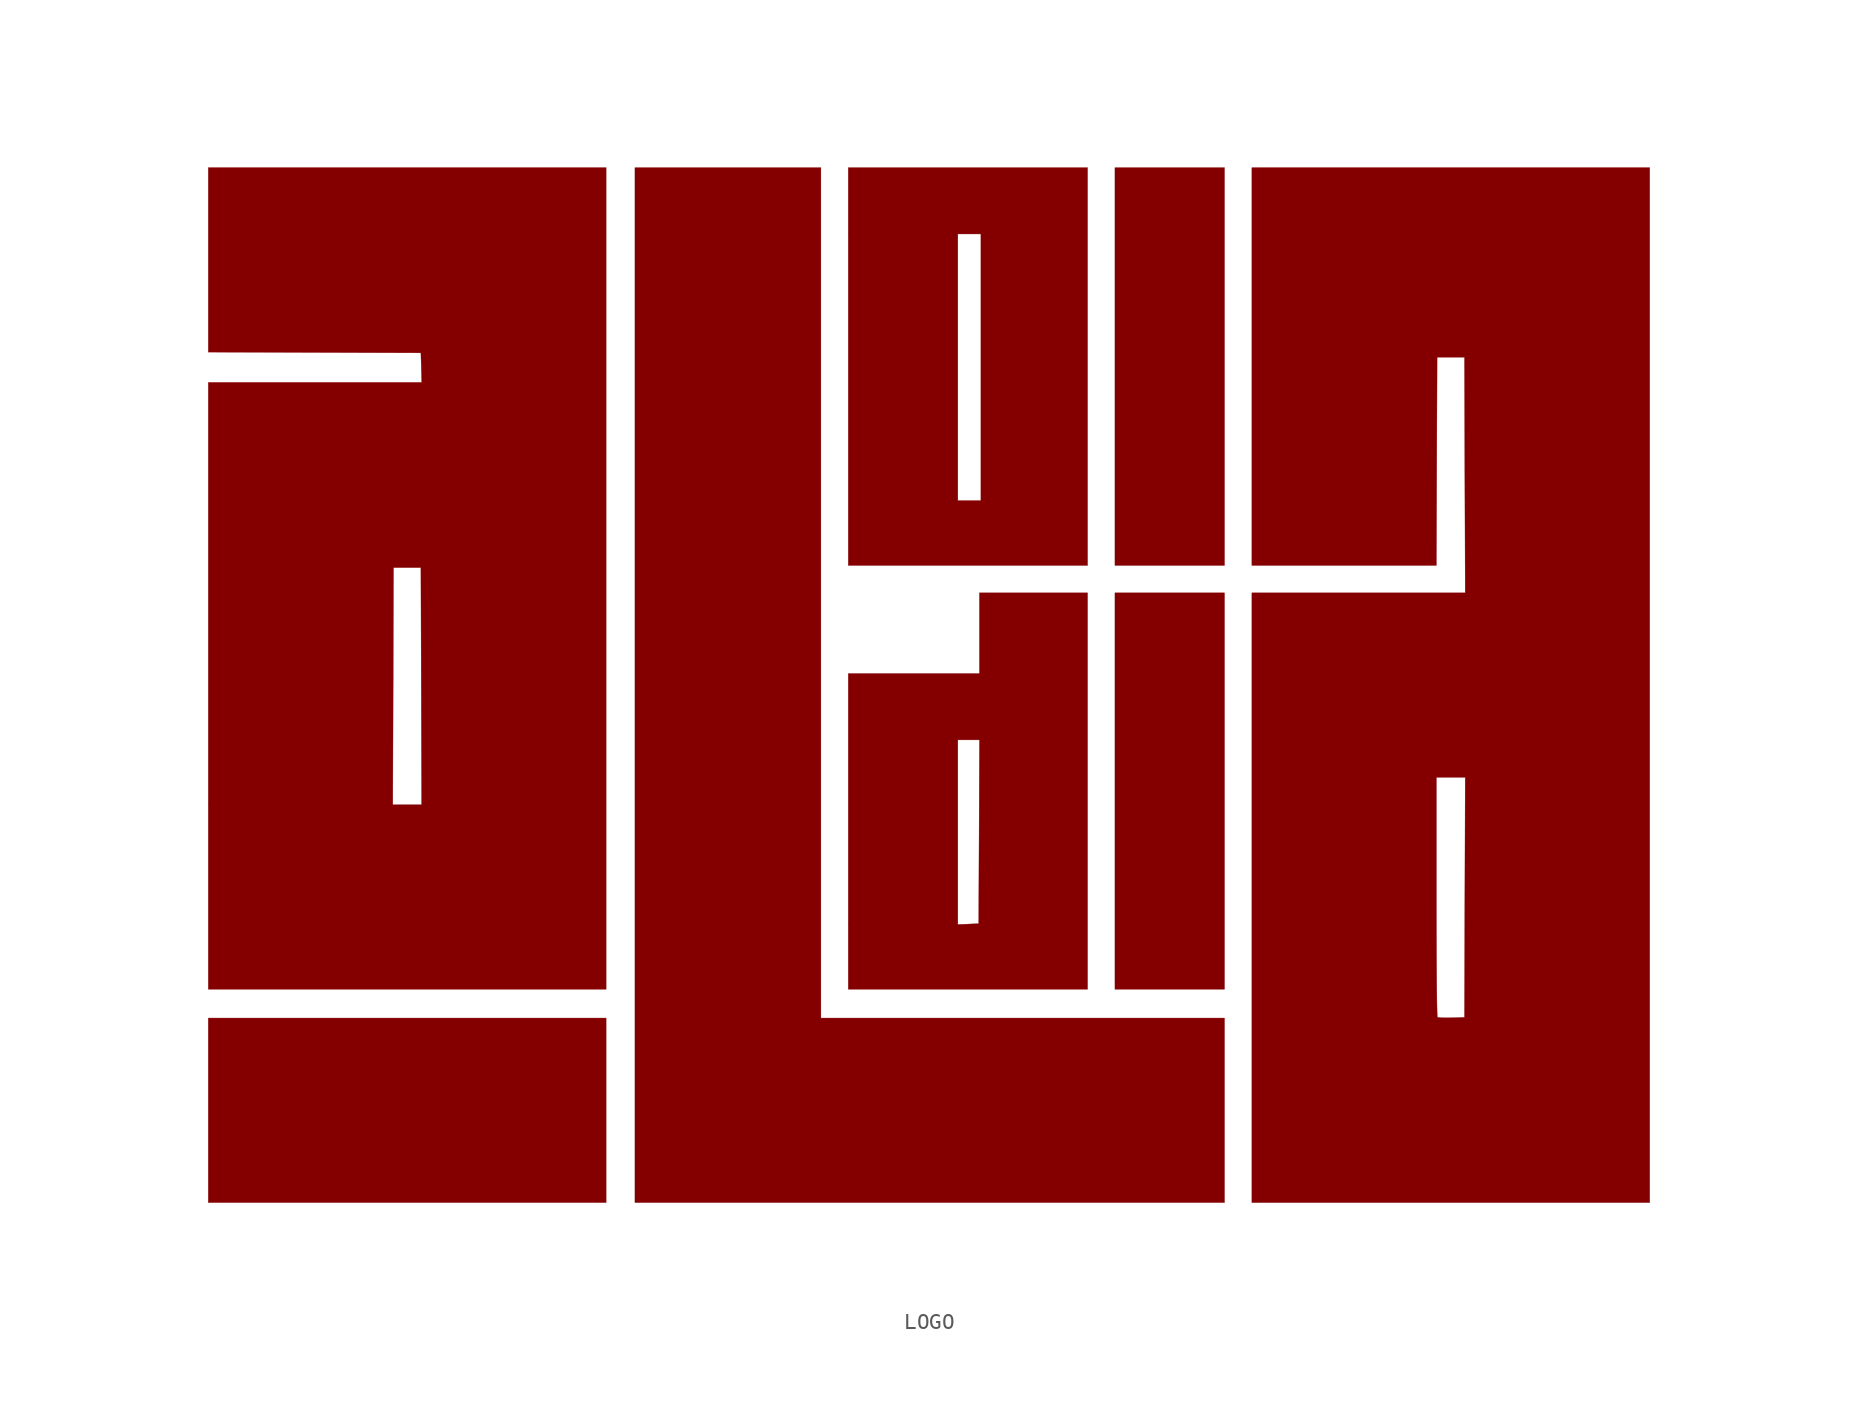
<source format=kicad_sym>
(kicad_symbol_lib
  (version 20210619)
  (generator bitmap2component)
  (symbol "LOGO"
    (pin_names
      (offset 1.016))
    (property "Reference" "#G"
      (at 0 31.701 0)
      (effects (font (size 1.27 1.27)) hide))
    (symbol "LOGO_0_0"
      (polyline (pts (xy -20.176 -20.806) (xy -45.035 -20.806) (xy -45.035 -32.336) (xy -20.176 -32.336) (xy -20.176 -20.806)) (stroke (width 0.01)) (fill (type outline)))
      (polyline (pts (xy 18.465 -20.806) (xy -6.755 -20.806) (xy -6.755 32.335) (xy -18.375 32.335) (xy -18.375 -32.336) (xy 18.465 -32.336) (xy 18.465 -20.806)) (stroke (width 0.01)) (fill (type outline)))
      (polyline (pts (xy 45.035 32.335) (xy 20.176 32.335) (xy 20.176 7.476) (xy 31.704 7.476) (xy 31.75 20.491) (xy 33.461 20.491) (xy 33.507 5.764) (xy 20.176 5.764) (xy 20.176 -5.765) (xy 31.705 -5.765) (xy 33.507 -5.765) (xy 33.461 -20.761) (xy 32.646 -20.787) (xy 32.469 -20.791) (xy 32.129 -20.789) (xy 31.881 -20.775) (xy 31.768 -20.75) (xy 31.763 -20.716) (xy 31.753 -20.522) (xy 31.744 -20.169) (xy 31.736 -19.671) (xy 31.728 -19.04) (xy 31.722 -18.29) (xy 31.716 -17.435) (xy 31.711 -16.487) (xy 31.708 -15.461) (xy 31.706 -14.369) (xy 31.705 -13.225) (xy 31.705 -5.765) (xy 20.176 -5.765) (xy 20.176 -32.336) (xy 45.035 -32.336) (xy 45.035 32.335)) (stroke (width 0.01)) (fill (type outline)))
      (polyline (pts (xy -20.176 32.335) (xy -45.035 32.335) (xy -45.035 20.808) (xy -31.75 20.761) (xy -31.724 19.838) (xy -31.699 18.915) (xy -45.035 18.915) (xy -45.035 -7.476) (xy -33.507 -7.476) (xy -33.484 -0.068) (xy -33.461 7.341) (xy -31.75 7.341) (xy -31.727 -0.068) (xy -31.704 -7.476) (xy -33.507 -7.476) (xy -45.035 -7.476) (xy -45.035 -19.005) (xy -20.176 -19.005) (xy -20.176 32.335)) (stroke (width 0.01)) (fill (type outline)))
      (polyline (pts (xy 9.908 5.764) (xy 3.152 5.764) (xy 3.152 0.721) (xy -5.044 0.721) (xy -5.044 -14.96) (xy 1.801 -14.96) (xy 1.801 -3.423) (xy 3.154 -3.423) (xy 3.131 -9.165) (xy 3.107 -14.907) (xy 2.454 -14.933) (xy 1.801 -14.96) (xy -5.044 -14.96) (xy -5.044 -19.005) (xy 9.908 -19.005) (xy 9.908 5.764)) (stroke (width 0.01)) (fill (type outline)))
      (polyline (pts (xy 18.465 5.764) (xy 11.619 5.764) (xy 11.619 -19.005) (xy 18.465 -19.005) (xy 18.465 5.764)) (stroke (width 0.01)) (fill (type outline)))
      (polyline (pts (xy 9.908 32.335) (xy -5.044 32.335) (xy -5.044 28.192) (xy 1.801 28.192) (xy 3.243 28.192) (xy 3.243 11.529) (xy 1.801 11.529) (xy 1.801 28.192) (xy -5.044 28.192) (xy -5.044 7.476) (xy 9.908 7.476) (xy 9.908 32.335)) (stroke (width 0.01)) (fill (type outline)))
      (polyline (pts (xy 18.465 32.335) (xy 11.619 32.335) (xy 11.619 7.476) (xy 18.465 7.476) (xy 18.465 32.335)) (stroke (width 0.01)) (fill (type outline))))))
</source>
